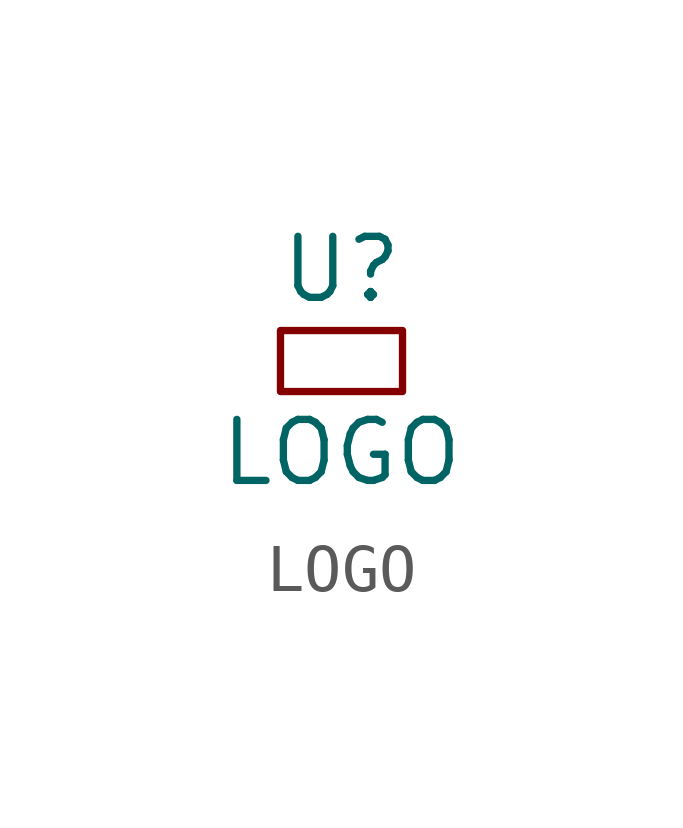
<source format=kicad_sym>
(kicad_symbol_lib
  (version 20241209)
  (generator "kicad_symbol_editor")
  (generator_version "9.0")
  (symbol "LOGO"
    (pin_names
      (offset 1.016))
    (property "Reference" "U"
      (at 0 3.81 0)
      (effects (font (size 1.27 1.27))))
    (property "Value" "LOGO"
      (at 0 0 0)
      (effects (font (size 1.27 1.27))))
    (symbol "LOGO_0_1"
      (rectangle (start -1.27 2.54) (end 1.27 1.27) (stroke (width 0) (type solid)) (fill (type none))))))
</source>
